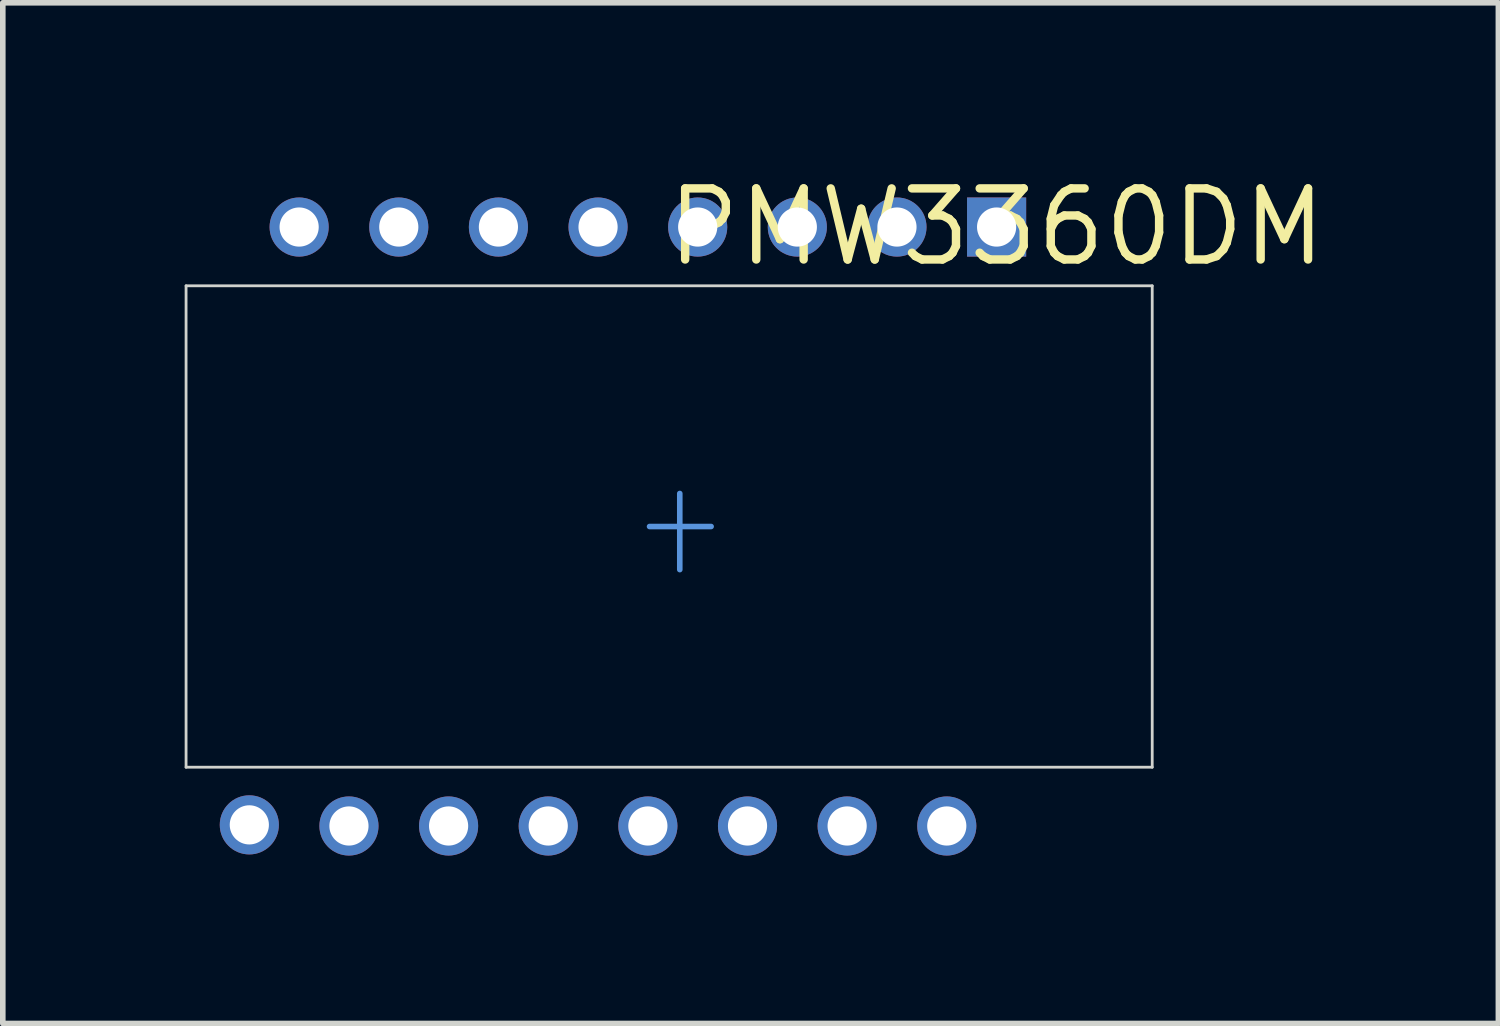
<source format=kicad_pcb>
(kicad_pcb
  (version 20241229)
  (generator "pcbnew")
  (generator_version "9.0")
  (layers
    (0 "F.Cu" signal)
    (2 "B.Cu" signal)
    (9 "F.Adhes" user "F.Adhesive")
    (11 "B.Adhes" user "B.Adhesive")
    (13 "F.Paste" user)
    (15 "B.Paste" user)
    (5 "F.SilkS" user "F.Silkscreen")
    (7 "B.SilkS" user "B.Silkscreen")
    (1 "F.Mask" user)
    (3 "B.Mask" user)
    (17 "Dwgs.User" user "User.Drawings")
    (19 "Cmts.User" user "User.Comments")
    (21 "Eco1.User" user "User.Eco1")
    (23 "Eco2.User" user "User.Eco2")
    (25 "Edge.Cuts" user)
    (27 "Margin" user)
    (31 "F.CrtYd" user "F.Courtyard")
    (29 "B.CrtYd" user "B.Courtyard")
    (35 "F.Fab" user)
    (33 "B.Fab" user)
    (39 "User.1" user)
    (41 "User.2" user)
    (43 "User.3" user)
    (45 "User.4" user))
  (footprint "PMW3360DM"
    (layer "F.Cu")
    (at 14.754 1.006)
    (property "Reference" "PMW3360DM" (at 0 0 0) (layer "F.SilkS") (effects (font (size 1.27 1.27) (thickness 0.15))))
    (fp_line (start -6.2 5.35) (end -5.1 5.35) (stroke (width 0.1) (type solid)) (layer "Cmts.User"))
    (fp_line (start -5.66 4.76) (end -5.66 6.12) (stroke (width 0.1) (type solid)) (layer "Cmts.User"))
    (fp_line (start -14.48 1.05) (end -14.48 9.65) (stroke (width 0.05) (type solid)) (layer "Edge.Cuts"))
    (fp_line (start -14.48 9.65) (end 2.78 9.65) (stroke (width 0.05) (type solid)) (layer "Edge.Cuts"))
    (fp_line (start 2.78 1.05) (end -14.48 1.05) (stroke (width 0.05) (type solid)) (layer "Edge.Cuts"))
    (fp_line (start 2.78 9.65) (end 2.78 1.05) (stroke (width 0.05) (type solid)) (layer "Edge.Cuts"))
    (pad "P$1" thru_hole rect (at 0 0) (size 1.056 1.056) (drill 0.7) (layers "*.Cu" "*.Mask"))
    (pad "P$2" thru_hole circle (at -1.78 0) (size 1.056 1.056) (drill 0.7) (layers "*.Cu" "*.Mask"))
    (pad "P$3" thru_hole circle (at -3.56 0) (size 1.056 1.056) (drill 0.7) (layers "*.Cu" "*.Mask"))
    (pad "P$4" thru_hole circle (at -5.34 0) (size 1.056 1.056) (drill 0.7) (layers "*.Cu" "*.Mask"))
    (pad "P$5" thru_hole circle (at -7.12 0) (size 1.056 1.056) (drill 0.7) (layers "*.Cu" "*.Mask"))
    (pad "P$6" thru_hole circle (at -8.9 0) (size 1.056 1.056) (drill 0.7) (layers "*.Cu" "*.Mask"))
    (pad "P$7" thru_hole circle (at -10.68 0) (size 1.056 1.056) (drill 0.7) (layers "*.Cu" "*.Mask"))
    (pad "P$8" thru_hole circle (at -12.46 0) (size 1.056 1.056) (drill 0.7) (layers "*.Cu" "*.Mask"))
    (pad "P$9" thru_hole circle (at -13.35 10.68) (size 1.056 1.056) (drill 0.7) (layers "*.Cu" "*.Mask"))
    (pad "P$10" thru_hole circle (at -11.57 10.7) (size 1.056 1.056) (drill 0.7) (layers "*.Cu" "*.Mask"))
    (pad "P$11" thru_hole circle (at -9.79 10.7) (size 1.056 1.056) (drill 0.7) (layers "*.Cu" "*.Mask"))
    (pad "P$12" thru_hole circle (at -8.01 10.7) (size 1.056 1.056) (drill 0.7) (layers "*.Cu" "*.Mask"))
    (pad "P$13" thru_hole circle (at -6.23 10.7) (size 1.056 1.056) (drill 0.7) (layers "*.Cu" "*.Mask"))
    (pad "P$14" thru_hole circle (at -4.45 10.7) (size 1.056 1.056) (drill 0.7) (layers "*.Cu" "*.Mask"))
    (pad "P$15" thru_hole circle (at -2.67 10.7) (size 1.056 1.056) (drill 0.7) (layers "*.Cu" "*.Mask"))
    (pad "P$16" thru_hole circle (at -0.89 10.7) (size 1.056 1.056) (drill 0.7) (layers "*.Cu" "*.Mask"))
    (zone (net_name "") (layer "F.Cu") (hatch edge 0.508) (connect_pads) (min_thickness 0.254) (filled_areas_thickness no) (keepout (tracks not_allowed) (vias not_allowed) (pads not_allowed) (copperpour not_allowed) (footprints allowed)) (placement (enabled no)) (fill) (polygon (pts (xy 0 1.802) (xy 17.808 1.802) (xy 17.808 10.91) (xy 0 10.91))))
    (zone (net_name "") (layer "B.Cu") (hatch edge 0.508) (connect_pads) (min_thickness 0.254) (filled_areas_thickness no) (keepout (tracks not_allowed) (vias not_allowed) (pads not_allowed) (copperpour not_allowed) (footprints allowed)) (placement (enabled no)) (fill) (polygon (pts (xy 0 1.802) (xy 17.808 1.802) (xy 17.808 10.91) (xy 0 10.91)))))
  (gr_rect
    (start -3 -3)
    (end 23.718 15.234)
    (stroke (width 0.1) (type default))
    (fill no)
    (layer "Edge.Cuts")))
</source>
